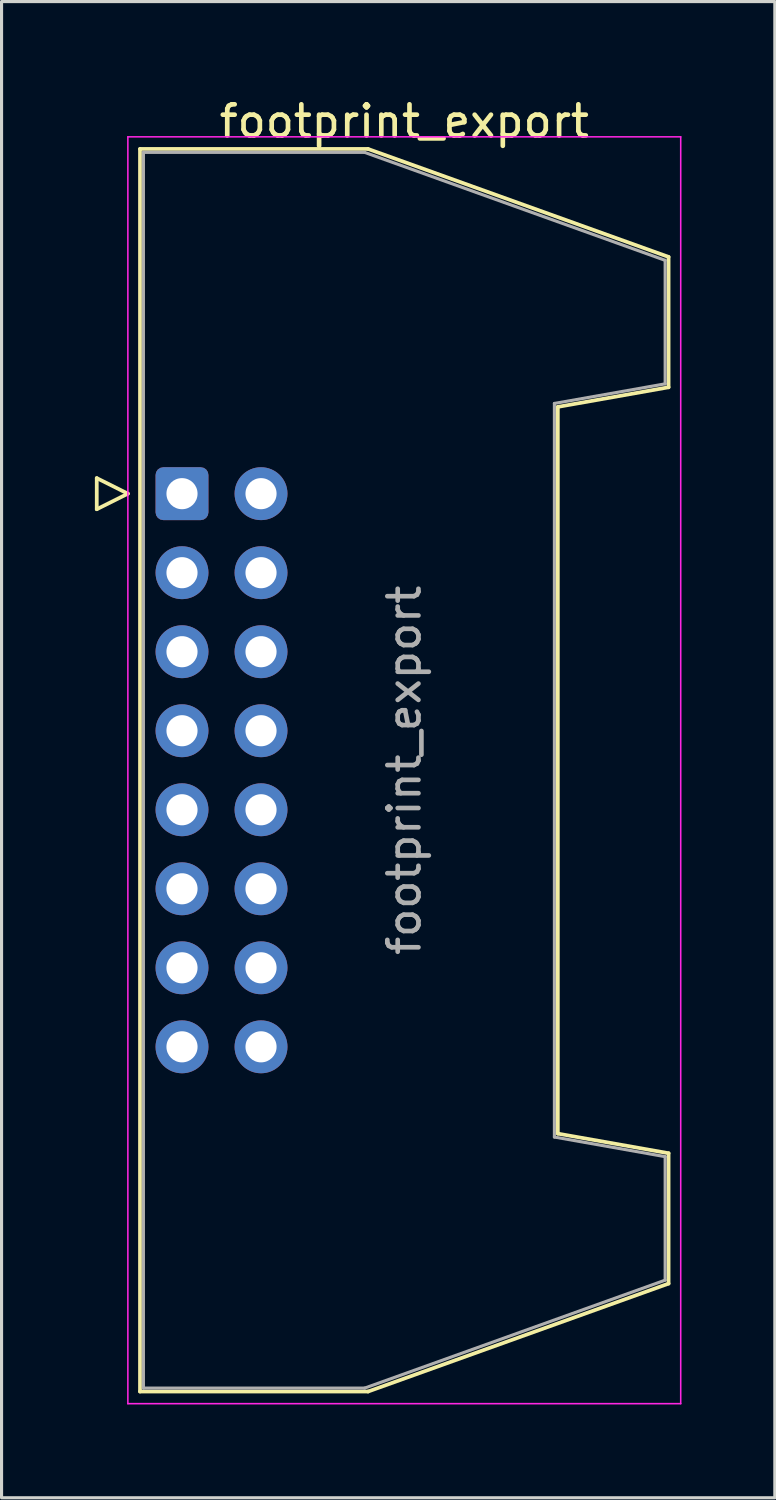
<source format=kicad_pcb>
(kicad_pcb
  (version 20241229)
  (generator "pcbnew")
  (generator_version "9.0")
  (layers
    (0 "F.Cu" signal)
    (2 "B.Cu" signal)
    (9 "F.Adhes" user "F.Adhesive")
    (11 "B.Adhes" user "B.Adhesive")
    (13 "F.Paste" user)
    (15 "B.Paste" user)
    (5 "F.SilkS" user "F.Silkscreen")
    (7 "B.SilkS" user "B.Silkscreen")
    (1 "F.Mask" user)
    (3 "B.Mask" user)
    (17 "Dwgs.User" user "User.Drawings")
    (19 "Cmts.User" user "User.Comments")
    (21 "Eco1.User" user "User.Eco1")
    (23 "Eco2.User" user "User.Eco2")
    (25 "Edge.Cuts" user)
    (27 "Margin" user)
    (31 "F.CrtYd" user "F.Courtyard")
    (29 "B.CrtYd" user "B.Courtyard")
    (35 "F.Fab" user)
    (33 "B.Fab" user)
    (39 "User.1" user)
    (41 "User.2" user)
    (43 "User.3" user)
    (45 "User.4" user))
  (footprint "footprint_export"
    (layer "F.Cu")
    (at 2.8 12.818)
    (property "Reference" "footprint_export" (at 7.145 -11.97 0) (layer "F.SilkS") (effects (font (size 1 1) (thickness 0.15))))
    (attr through_hole)
    (fp_line (start -2.74 -0.5) (end -2.74 0.5) (stroke (width 0.12) (type solid)) (layer "F.SilkS"))
    (fp_line (start -2.74 0.5) (end -1.74 0) (stroke (width 0.12) (type solid)) (layer "F.SilkS"))
    (fp_line (start -1.74 0) (end -2.74 -0.5) (stroke (width 0.12) (type solid)) (layer "F.SilkS"))
    (fp_line (start -1.35 -11.08) (end 5.98 -11.08) (stroke (width 0.12) (type solid)) (layer "F.SilkS"))
    (fp_line (start -1.35 28.86) (end -1.35 -11.08) (stroke (width 0.12) (type solid)) (layer "F.SilkS"))
    (fp_line (start 5.98 -11.08) (end 15.64 -7.61) (stroke (width 0.12) (type solid)) (layer "F.SilkS"))
    (fp_line (start 5.98 28.86) (end -1.35 28.86) (stroke (width 0.12) (type solid)) (layer "F.SilkS"))
    (fp_line (start 12.08 -2.79) (end 12.08 20.57) (stroke (width 0.12) (type solid)) (layer "F.SilkS"))
    (fp_line (start 12.08 20.57) (end 15.64 21.2) (stroke (width 0.12) (type solid)) (layer "F.SilkS"))
    (fp_line (start 15.64 -7.61) (end 15.64 -3.42) (stroke (width 0.12) (type solid)) (layer "F.SilkS"))
    (fp_line (start 15.64 -3.42) (end 12.08 -2.79) (stroke (width 0.12) (type solid)) (layer "F.SilkS"))
    (fp_line (start 15.64 21.2) (end 15.64 25.39) (stroke (width 0.12) (type solid)) (layer "F.SilkS"))
    (fp_line (start 15.64 25.39) (end 5.98 28.86) (stroke (width 0.12) (type solid)) (layer "F.SilkS"))
    (fp_line (start -1.74 -11.47) (end -1.74 29.25) (stroke (width 0.05) (type solid)) (layer "F.CrtYd"))
    (fp_line (start -1.74 29.25) (end 16.03 29.25) (stroke (width 0.05) (type solid)) (layer "F.CrtYd"))
    (fp_line (start 16.03 -11.47) (end -1.74 -11.47) (stroke (width 0.05) (type solid)) (layer "F.CrtYd"))
    (fp_line (start 16.03 29.25) (end 16.03 -11.47) (stroke (width 0.05) (type solid)) (layer "F.CrtYd"))
    (fp_line (start -1.24 -10.97) (end 5.87 -10.97) (stroke (width 0.1) (type solid)) (layer "F.Fab"))
    (fp_line (start -1.24 28.75) (end -1.24 -10.97) (stroke (width 0.1) (type solid)) (layer "F.Fab"))
    (fp_line (start 5.87 -10.97) (end 15.53 -7.5) (stroke (width 0.1) (type solid)) (layer "F.Fab"))
    (fp_line (start 5.87 28.75) (end -1.24 28.75) (stroke (width 0.1) (type solid)) (layer "F.Fab"))
    (fp_line (start 11.97 -2.9) (end 11.97 20.68) (stroke (width 0.1) (type solid)) (layer "F.Fab"))
    (fp_line (start 11.97 20.68) (end 15.53 21.31) (stroke (width 0.1) (type solid)) (layer "F.Fab"))
    (fp_line (start 15.53 -7.5) (end 15.53 -3.53) (stroke (width 0.1) (type solid)) (layer "F.Fab"))
    (fp_line (start 15.53 -3.53) (end 11.97 -2.9) (stroke (width 0.1) (type solid)) (layer "F.Fab"))
    (fp_line (start 15.53 21.31) (end 15.53 25.28) (stroke (width 0.1) (type solid)) (layer "F.Fab"))
    (fp_line (start 15.53 25.28) (end 5.87 28.75) (stroke (width 0.1) (type solid)) (layer "F.Fab"))
    (fp_text user "${REFERENCE}" (at 7.145 8.89 90) (layer "F.Fab") (effects (font (size 1 1) (thickness 0.15))))
    (pad "1" thru_hole roundrect (at 0 0) (size 1.7 1.7) (drill 1) (layers "*.Cu" "*.Mask") (roundrect_rratio 0.147))
    (pad "2" thru_hole circle (at 2.54 0) (size 1.7 1.7) (drill 1) (layers "*.Cu" "*.Mask"))
    (pad "3" thru_hole circle (at 0 2.54) (size 1.7 1.7) (drill 1) (layers "*.Cu" "*.Mask"))
    (pad "4" thru_hole circle (at 2.54 2.54) (size 1.7 1.7) (drill 1) (layers "*.Cu" "*.Mask"))
    (pad "5" thru_hole circle (at 0 5.08) (size 1.7 1.7) (drill 1) (layers "*.Cu" "*.Mask"))
    (pad "6" thru_hole circle (at 2.54 5.08) (size 1.7 1.7) (drill 1) (layers "*.Cu" "*.Mask"))
    (pad "7" thru_hole circle (at 0 7.62) (size 1.7 1.7) (drill 1) (layers "*.Cu" "*.Mask"))
    (pad "8" thru_hole circle (at 2.54 7.62) (size 1.7 1.7) (drill 1) (layers "*.Cu" "*.Mask"))
    (pad "9" thru_hole circle (at 0 10.16) (size 1.7 1.7) (drill 1) (layers "*.Cu" "*.Mask"))
    (pad "10" thru_hole circle (at 2.54 10.16) (size 1.7 1.7) (drill 1) (layers "*.Cu" "*.Mask"))
    (pad "11" thru_hole circle (at 0 12.7) (size 1.7 1.7) (drill 1) (layers "*.Cu" "*.Mask"))
    (pad "12" thru_hole circle (at 2.54 12.7) (size 1.7 1.7) (drill 1) (layers "*.Cu" "*.Mask"))
    (pad "13" thru_hole circle (at 0 15.24) (size 1.7 1.7) (drill 1) (layers "*.Cu" "*.Mask"))
    (pad "14" thru_hole circle (at 2.54 15.24) (size 1.7 1.7) (drill 1) (layers "*.Cu" "*.Mask"))
    (pad "15" thru_hole circle (at 0 17.78) (size 1.7 1.7) (drill 1) (layers "*.Cu" "*.Mask"))
    (pad "16" thru_hole circle (at 2.54 17.78) (size 1.7 1.7) (drill 1) (layers "*.Cu" "*.Mask")))
  (gr_rect
    (start -3 -3)
    (end 21.855 45.093)
    (stroke (width 0.1) (type default))
    (fill no)
    (layer "Edge.Cuts")))
</source>
